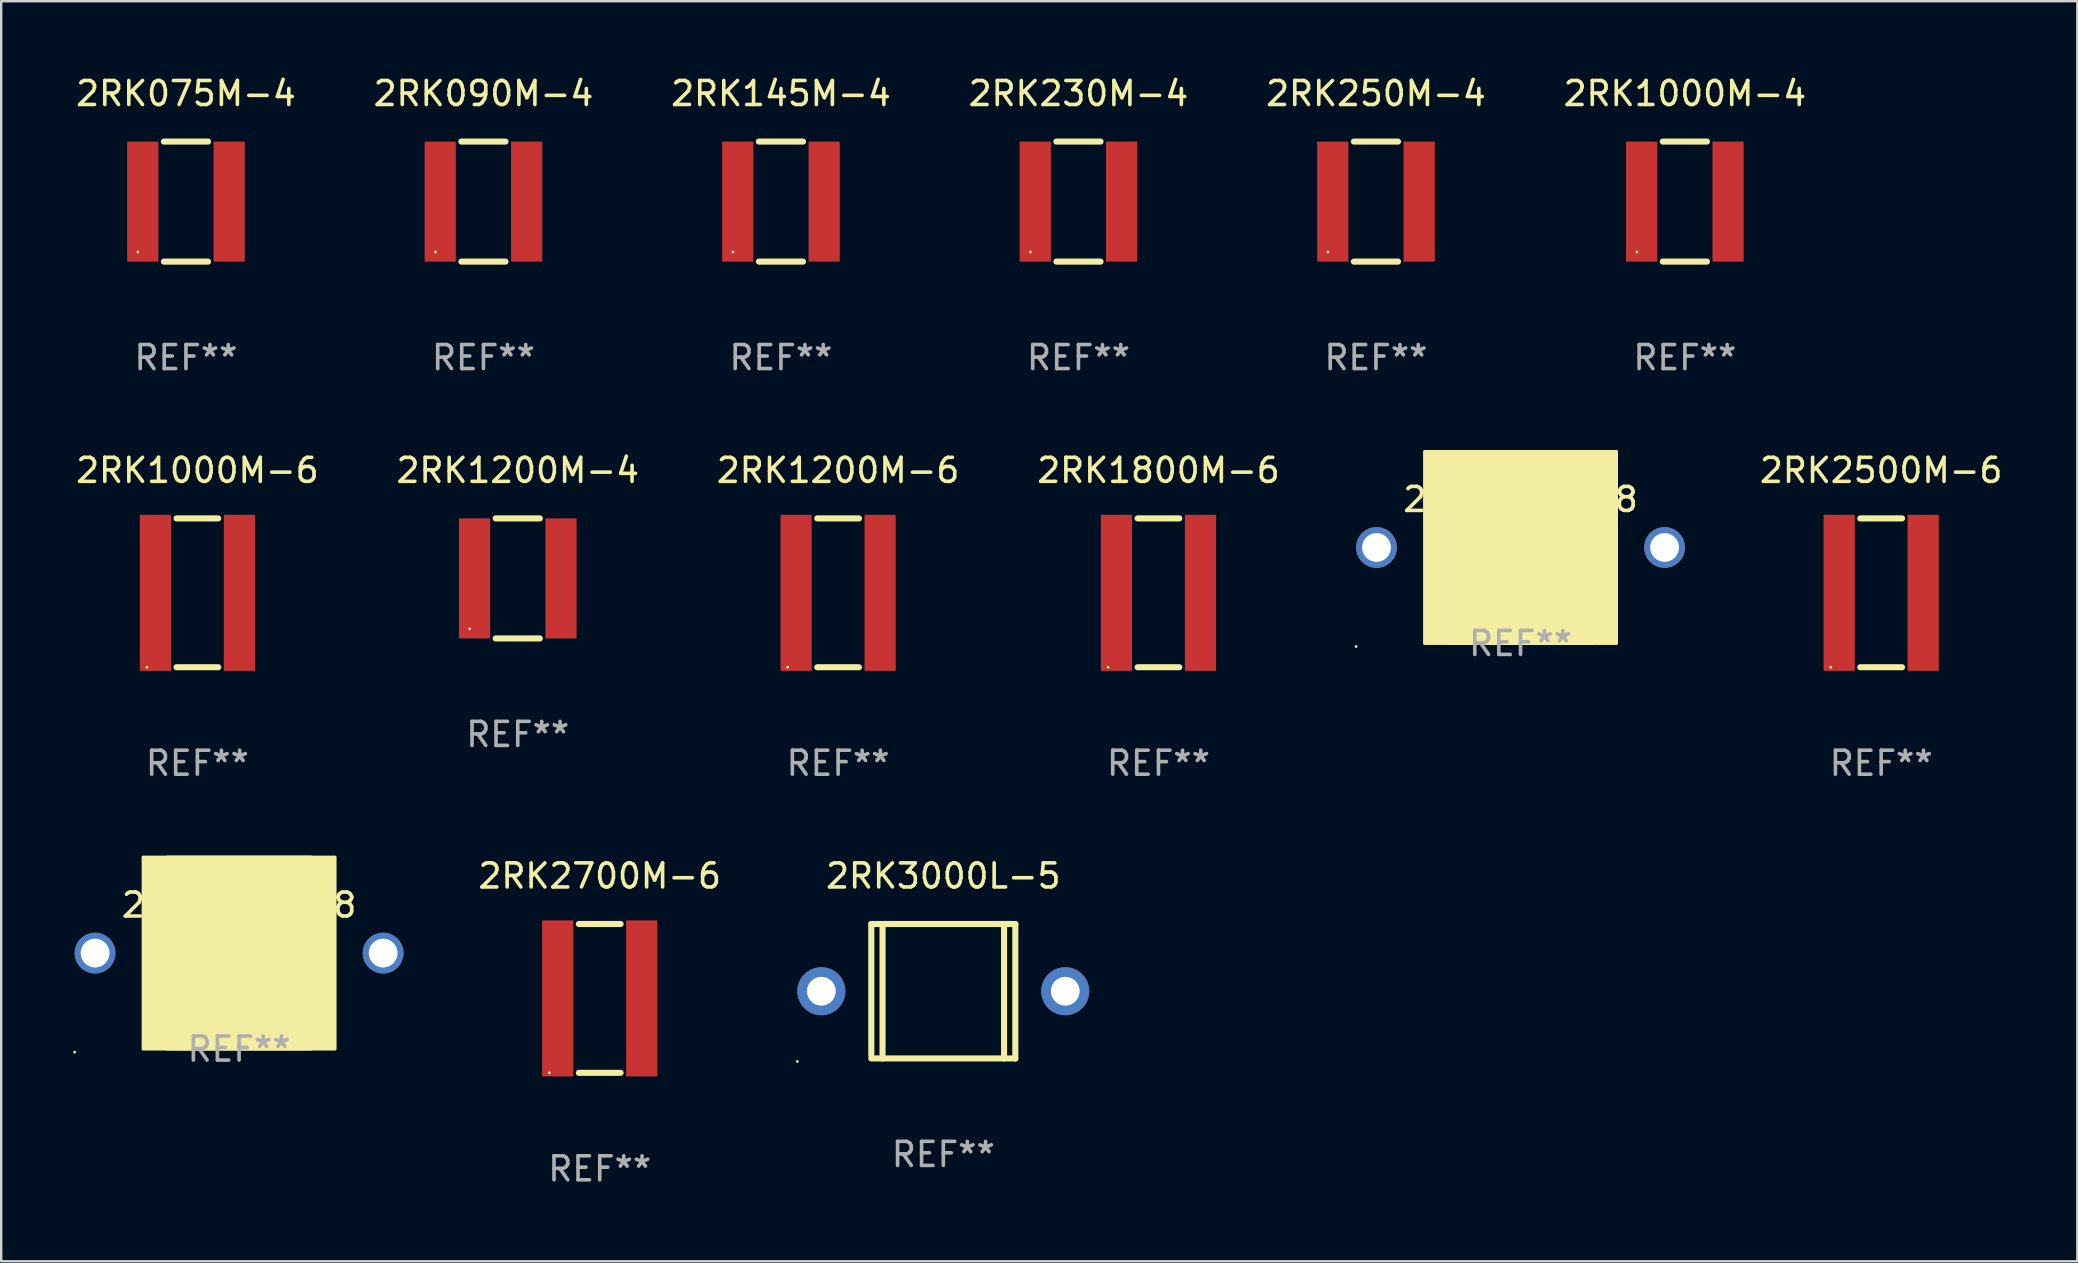
<source format=kicad_pcb>
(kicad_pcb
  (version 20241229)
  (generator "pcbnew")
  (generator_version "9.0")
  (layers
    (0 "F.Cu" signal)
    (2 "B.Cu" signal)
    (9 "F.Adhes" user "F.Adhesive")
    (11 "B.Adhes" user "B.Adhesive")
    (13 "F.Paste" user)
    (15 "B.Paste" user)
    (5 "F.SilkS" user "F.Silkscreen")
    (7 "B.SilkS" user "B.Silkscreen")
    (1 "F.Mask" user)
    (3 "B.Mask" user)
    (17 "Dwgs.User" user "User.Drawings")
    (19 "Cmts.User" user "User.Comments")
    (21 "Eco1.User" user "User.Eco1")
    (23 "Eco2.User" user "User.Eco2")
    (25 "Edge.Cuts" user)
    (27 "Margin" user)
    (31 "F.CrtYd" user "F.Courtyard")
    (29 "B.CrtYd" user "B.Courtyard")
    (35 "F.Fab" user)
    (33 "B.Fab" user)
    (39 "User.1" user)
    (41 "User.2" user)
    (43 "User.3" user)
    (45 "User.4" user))
  (footprint "2RK250M-4"
    (layer "F.Cu")
    (at 54.268 5.348)
    (property "Reference" "2RK250M-4" (at 0 -4.5 0) (layer "F.SilkS") (effects (font (size 1 1) (thickness 0.15))))
    (attr through_hole)
    (fp_line (start -0.919 2.5) (end 0.919 2.5) (stroke (width 0.254) (type solid)) (layer "F.SilkS"))
    (fp_line (start -0.919 -2.5) (end 0.919 -2.5) (stroke (width 0.254) (type solid)) (layer "F.SilkS"))
    (fp_circle (center -2 2.1) (end -1.97 2.1) (stroke (width 0.06) (type solid)) (fill no) (layer "F.SilkS"))
    (fp_text user "REF**" (at 0 6.5 0) (layer "F.Fab") (effects (font (size 1 1) (thickness 0.15))))
    (pad "1" smd rect (at -1.8 0) (size 1.3 5) (layers "F.Cu" "F.Mask" "F.Paste"))
    (pad "2" smd rect (at 1.8 0) (size 1.3 5) (layers "F.Cu" "F.Mask" "F.Paste")))
  (footprint "2RK3000L-5"
    (layer "F.Cu")
    (at 36.245 38.241)
    (property "Reference" "2RK3000L-5" (at 0 -4.8 0) (layer "F.SilkS") (effects (font (size 1 1) (thickness 0.15))))
    (attr through_hole)
    (fp_line (start -3 -2.8) (end -3 2.667) (stroke (width 0.254) (type solid)) (layer "F.SilkS"))
    (fp_line (start -3 -2.8) (end 3 -2.8) (stroke (width 0.254) (type solid)) (layer "F.SilkS"))
    (fp_line (start -3 2.8) (end 3 2.8) (stroke (width 0.254) (type solid)) (layer "F.SilkS"))
    (fp_line (start -2.531 -2.8) (end -2.531 2.8) (stroke (width 0.254) (type solid)) (layer "F.SilkS"))
    (fp_line (start 2.531 -2.8) (end 2.531 2.8) (stroke (width 0.254) (type solid)) (layer "F.SilkS"))
    (fp_line (start 3 -2.8) (end 3 2.8) (stroke (width 0.254) (type solid)) (layer "F.SilkS"))
    (fp_circle (center -6.08 2.927) (end -6.05 2.927) (stroke (width 0.06) (type solid)) (fill no) (layer "F.SilkS"))
    (fp_text user "REF**" (at 0 6.8 0) (layer "F.Fab") (effects (font (size 1 1) (thickness 0.15))))
    (pad "1" thru_hole circle (at -5.08 0) (size 2 2) (drill 1.2) (layers "*.Cu" "*.Mask"))
    (pad "2" thru_hole circle (at 5.08 0) (size 2 2) (drill 1.2) (layers "*.Cu" "*.Mask")))
  (footprint "2RK1200M-4"
    (layer "F.Cu")
    (at 18.518 21.045)
    (property "Reference" "2RK1200M-4" (at 0 -4.5 0) (layer "F.SilkS") (effects (font (size 1 1) (thickness 0.15))))
    (attr through_hole)
    (fp_line (start -0.919 2.5) (end 0.919 2.5) (stroke (width 0.254) (type solid)) (layer "F.SilkS"))
    (fp_line (start -0.919 -2.5) (end 0.919 -2.5) (stroke (width 0.254) (type solid)) (layer "F.SilkS"))
    (fp_circle (center -2 2.1) (end -1.97 2.1) (stroke (width 0.06) (type solid)) (fill no) (layer "F.SilkS"))
    (fp_text user "REF**" (at 0 6.5 0) (layer "F.Fab") (effects (font (size 1 1) (thickness 0.15))))
    (pad "1" smd rect (at -1.8 0) (size 1.3 5) (layers "F.Cu" "F.Mask" "F.Paste"))
    (pad "2" smd rect (at 1.8 0) (size 1.3 5) (layers "F.Cu" "F.Mask" "F.Paste")))
  (footprint "2RK1200M-6"
    (layer "F.Cu")
    (at 31.863 21.645)
    (property "Reference" "2RK1200M-6" (at 0 -5.1 0) (layer "F.SilkS") (effects (font (size 1 1) (thickness 0.15))))
    (attr through_hole)
    (fp_line (start -0.869 -3.1) (end 0.869 -3.1) (stroke (width 0.254) (type solid)) (layer "F.SilkS"))
    (fp_line (start -0.869 3.1) (end 0.869 3.1) (stroke (width 0.254) (type solid)) (layer "F.SilkS"))
    (fp_circle (center -2.1 3.1) (end -2.07 3.1) (stroke (width 0.06) (type solid)) (fill no) (layer "F.SilkS"))
    (fp_text user "REF**" (at 0 7.1 0) (layer "F.Fab") (effects (font (size 1 1) (thickness 0.15))))
    (pad "1" smd rect (at -1.75 -0.000013) (size 1.3 6.5) (layers "F.Cu" "F.Mask" "F.Paste"))
    (pad "2" smd rect (at 1.75 -0.000013) (size 1.3 6.5) (layers "F.Cu" "F.Mask" "F.Paste")))
  (footprint "2RK230M-4"
    (layer "F.Cu")
    (at 41.875 5.348)
    (property "Reference" "2RK230M-4" (at 0 -4.5 0) (layer "F.SilkS") (effects (font (size 1 1) (thickness 0.15))))
    (attr through_hole)
    (fp_line (start -0.919 2.5) (end 0.919 2.5) (stroke (width 0.254) (type solid)) (layer "F.SilkS"))
    (fp_line (start -0.919 -2.5) (end 0.919 -2.5) (stroke (width 0.254) (type solid)) (layer "F.SilkS"))
    (fp_circle (center -2 2.1) (end -1.97 2.1) (stroke (width 0.06) (type solid)) (fill no) (layer "F.SilkS"))
    (fp_text user "REF**" (at 0 6.5 0) (layer "F.Fab") (effects (font (size 1 1) (thickness 0.15))))
    (pad "1" smd rect (at -1.8 0) (size 1.3 5) (layers "F.Cu" "F.Mask" "F.Paste"))
    (pad "2" smd rect (at 1.8 0) (size 1.3 5) (layers "F.Cu" "F.Mask" "F.Paste")))
  (footprint "2RK1800M-6"
    (layer "F.Cu")
    (at 45.208 21.645)
    (property "Reference" "2RK1800M-6" (at 0 -5.1 0) (layer "F.SilkS") (effects (font (size 1 1) (thickness 0.15))))
    (attr through_hole)
    (fp_line (start -0.869 -3.1) (end 0.869 -3.1) (stroke (width 0.254) (type solid)) (layer "F.SilkS"))
    (fp_line (start -0.869 3.1) (end 0.869 3.1) (stroke (width 0.254) (type solid)) (layer "F.SilkS"))
    (fp_circle (center -2.1 3.1) (end -2.07 3.1) (stroke (width 0.06) (type solid)) (fill no) (layer "F.SilkS"))
    (fp_text user "REF**" (at 0 7.1 0) (layer "F.Fab") (effects (font (size 1 1) (thickness 0.15))))
    (pad "1" smd rect (at -1.75 -0.000013) (size 1.3 6.5) (layers "F.Cu" "F.Mask" "F.Paste"))
    (pad "2" smd rect (at 1.75 -0.000013) (size 1.3 6.5) (layers "F.Cu" "F.Mask" "F.Paste")))
  (footprint "2RK145M-4"
    (layer "F.Cu")
    (at 29.482 5.348)
    (property "Reference" "2RK145M-4" (at 0 -4.5 0) (layer "F.SilkS") (effects (font (size 1 1) (thickness 0.15))))
    (attr through_hole)
    (fp_line (start -0.919 2.5) (end 0.919 2.5) (stroke (width 0.254) (type solid)) (layer "F.SilkS"))
    (fp_line (start -0.919 -2.5) (end 0.919 -2.5) (stroke (width 0.254) (type solid)) (layer "F.SilkS"))
    (fp_circle (center -2 2.1) (end -1.97 2.1) (stroke (width 0.06) (type solid)) (fill no) (layer "F.SilkS"))
    (fp_text user "REF**" (at 0 6.5 0) (layer "F.Fab") (effects (font (size 1 1) (thickness 0.15))))
    (pad "1" smd rect (at -1.8 0) (size 1.3 5) (layers "F.Cu" "F.Mask" "F.Paste"))
    (pad "2" smd rect (at 1.8 0) (size 1.3 5) (layers "F.Cu" "F.Mask" "F.Paste")))
  (footprint "2RK1000M-6"
    (layer "F.Cu")
    (at 5.173 21.645)
    (property "Reference" "2RK1000M-6" (at 0 -5.1 0) (layer "F.SilkS") (effects (font (size 1 1) (thickness 0.15))))
    (attr through_hole)
    (fp_line (start -0.869 -3.1) (end 0.869 -3.1) (stroke (width 0.254) (type solid)) (layer "F.SilkS"))
    (fp_line (start -0.869 3.1) (end 0.869 3.1) (stroke (width 0.254) (type solid)) (layer "F.SilkS"))
    (fp_circle (center -2.1 3.1) (end -2.07 3.1) (stroke (width 0.06) (type solid)) (fill no) (layer "F.SilkS"))
    (fp_text user "REF**" (at 0 7.1 0) (layer "F.Fab") (effects (font (size 1 1) (thickness 0.15))))
    (pad "1" smd rect (at -1.75 -0.000013) (size 1.3 6.5) (layers "F.Cu" "F.Mask" "F.Paste"))
    (pad "2" smd rect (at 1.75 -0.000013) (size 1.3 6.5) (layers "F.Cu" "F.Mask" "F.Paste")))
  (footprint "2RK2500L-8"
    (layer "F.Cu")
    (at 60.291 19.756)
    (property "Reference" "2RK2500L-8" (at 0 -2 0) (layer "F.SilkS") (effects (font (size 1 1) (thickness 0.15))))
    (attr through_hole)
    (fp_circle (center -6.85 4.127) (end -6.82 4.127) (stroke (width 0.06) (type solid)) (fill no) (layer "F.SilkS"))
    (fp_poly (pts (xy -4 -4) (xy 4 -4) (xy 4 4) (xy -4 4)) (stroke (width 0.12) (type solid)) (fill yes) (layer "F.SilkS"))
    (fp_poly (pts (xy -3 -4) (xy 3 -4) (xy 3 4) (xy -3 4)) (stroke (width 0.12) (type solid)) (fill yes) (layer "F.SilkS"))
    (fp_text user "REF**" (at 0 4 0) (layer "F.Fab") (effects (font (size 1 1) (thickness 0.15))))
    (pad "1" thru_hole circle (at -6 0) (size 1.7 1.7) (drill 1.2) (layers "*.Cu" "*.Mask"))
    (pad "2" thru_hole circle (at 6 0) (size 1.7 1.7) (drill 1.2) (layers "*.Cu" "*.Mask")))
  (footprint "2RK075M-4"
    (layer "F.Cu")
    (at 4.696 5.348)
    (property "Reference" "2RK075M-4" (at 0 -4.5 0) (layer "F.SilkS") (effects (font (size 1 1) (thickness 0.15))))
    (attr through_hole)
    (fp_line (start -0.919 2.5) (end 0.919 2.5) (stroke (width 0.254) (type solid)) (layer "F.SilkS"))
    (fp_line (start -0.919 -2.5) (end 0.919 -2.5) (stroke (width 0.254) (type solid)) (layer "F.SilkS"))
    (fp_circle (center -2 2.1) (end -1.97 2.1) (stroke (width 0.06) (type solid)) (fill no) (layer "F.SilkS"))
    (fp_text user "REF**" (at 0 6.5 0) (layer "F.Fab") (effects (font (size 1 1) (thickness 0.15))))
    (pad "1" smd rect (at -1.8 0) (size 1.3 5) (layers "F.Cu" "F.Mask" "F.Paste"))
    (pad "2" smd rect (at 1.8 0) (size 1.3 5) (layers "F.Cu" "F.Mask" "F.Paste")))
  (footprint "2RK1000M-4"
    (layer "F.Cu")
    (at 67.137 5.348)
    (property "Reference" "2RK1000M-4" (at 0 -4.5 0) (layer "F.SilkS") (effects (font (size 1 1) (thickness 0.15))))
    (attr through_hole)
    (fp_line (start -0.919 2.5) (end 0.919 2.5) (stroke (width 0.254) (type solid)) (layer "F.SilkS"))
    (fp_line (start -0.919 -2.5) (end 0.919 -2.5) (stroke (width 0.254) (type solid)) (layer "F.SilkS"))
    (fp_circle (center -2 2.1) (end -1.97 2.1) (stroke (width 0.06) (type solid)) (fill no) (layer "F.SilkS"))
    (fp_text user "REF**" (at 0 6.5 0) (layer "F.Fab") (effects (font (size 1 1) (thickness 0.15))))
    (pad "1" smd rect (at -1.8 0) (size 1.3 5) (layers "F.Cu" "F.Mask" "F.Paste"))
    (pad "2" smd rect (at 1.8 0) (size 1.3 5) (layers "F.Cu" "F.Mask" "F.Paste")))
  (footprint "2RK090M-4"
    (layer "F.Cu")
    (at 17.089 5.348)
    (property "Reference" "2RK090M-4" (at 0 -4.5 0) (layer "F.SilkS") (effects (font (size 1 1) (thickness 0.15))))
    (attr through_hole)
    (fp_line (start -0.919 2.5) (end 0.919 2.5) (stroke (width 0.254) (type solid)) (layer "F.SilkS"))
    (fp_line (start -0.919 -2.5) (end 0.919 -2.5) (stroke (width 0.254) (type solid)) (layer "F.SilkS"))
    (fp_circle (center -2 2.1) (end -1.97 2.1) (stroke (width 0.06) (type solid)) (fill no) (layer "F.SilkS"))
    (fp_text user "REF**" (at 0 6.5 0) (layer "F.Fab") (effects (font (size 1 1) (thickness 0.15))))
    (pad "1" smd rect (at -1.8 0) (size 1.3 5) (layers "F.Cu" "F.Mask" "F.Paste"))
    (pad "2" smd rect (at 1.8 0) (size 1.3 5) (layers "F.Cu" "F.Mask" "F.Paste")))
  (footprint "2RK2700M-6"
    (layer "F.Cu")
    (at 21.933 38.541)
    (property "Reference" "2RK2700M-6" (at 0 -5.1 0) (layer "F.SilkS") (effects (font (size 1 1) (thickness 0.15))))
    (attr through_hole)
    (fp_line (start -0.869 -3.1) (end 0.869 -3.1) (stroke (width 0.254) (type solid)) (layer "F.SilkS"))
    (fp_line (start -0.869 3.1) (end 0.869 3.1) (stroke (width 0.254) (type solid)) (layer "F.SilkS"))
    (fp_circle (center -2.1 3.1) (end -2.07 3.1) (stroke (width 0.06) (type solid)) (fill no) (layer "F.SilkS"))
    (fp_text user "REF**" (at 0 7.1 0) (layer "F.Fab") (effects (font (size 1 1) (thickness 0.15))))
    (pad "1" smd rect (at -1.75 -0.000013) (size 1.3 6.5) (layers "F.Cu" "F.Mask" "F.Paste"))
    (pad "2" smd rect (at 1.75 -0.000013) (size 1.3 6.5) (layers "F.Cu" "F.Mask" "F.Paste")))
  (footprint "2RK2500M-6"
    (layer "F.Cu")
    (at 75.314 21.645)
    (property "Reference" "2RK2500M-6" (at 0 -5.1 0) (layer "F.SilkS") (effects (font (size 1 1) (thickness 0.15))))
    (attr through_hole)
    (fp_line (start -0.869 -3.1) (end 0.869 -3.1) (stroke (width 0.254) (type solid)) (layer "F.SilkS"))
    (fp_line (start -0.869 3.1) (end 0.869 3.1) (stroke (width 0.254) (type solid)) (layer "F.SilkS"))
    (fp_circle (center -2.1 3.1) (end -2.07 3.1) (stroke (width 0.06) (type solid)) (fill no) (layer "F.SilkS"))
    (fp_text user "REF**" (at 0 7.1 0) (layer "F.Fab") (effects (font (size 1 1) (thickness 0.15))))
    (pad "1" smd rect (at -1.75 -0.000013) (size 1.3 6.5) (layers "F.Cu" "F.Mask" "F.Paste"))
    (pad "2" smd rect (at 1.75 -0.000013) (size 1.3 6.5) (layers "F.Cu" "F.Mask" "F.Paste")))
  (footprint "2RK2700L-8"
    (layer "F.Cu")
    (at 6.91 36.653)
    (property "Reference" "2RK2700L-8" (at 0 -2 0) (layer "F.SilkS") (effects (font (size 1 1) (thickness 0.15))))
    (attr through_hole)
    (fp_circle (center -6.85 4.127) (end -6.82 4.127) (stroke (width 0.06) (type solid)) (fill no) (layer "F.SilkS"))
    (fp_poly (pts (xy -4 -4) (xy 4 -4) (xy 4 4) (xy -4 4)) (stroke (width 0.12) (type solid)) (fill yes) (layer "F.SilkS"))
    (fp_poly (pts (xy -3 -4) (xy 3 -4) (xy 3 4) (xy -3 4)) (stroke (width 0.12) (type solid)) (fill yes) (layer "F.SilkS"))
    (fp_text user "REF**" (at 0 4 0) (layer "F.Fab") (effects (font (size 1 1) (thickness 0.15))))
    (pad "1" thru_hole circle (at -6 0) (size 1.7 1.7) (drill 1.2) (layers "*.Cu" "*.Mask"))
    (pad "2" thru_hole circle (at 6 0) (size 1.7 1.7) (drill 1.2) (layers "*.Cu" "*.Mask")))
  (gr_rect
    (start -3 -3)
    (end 83.486 49.49)
    (stroke (width 0.1) (type default))
    (fill no)
    (layer "Edge.Cuts")))
</source>
